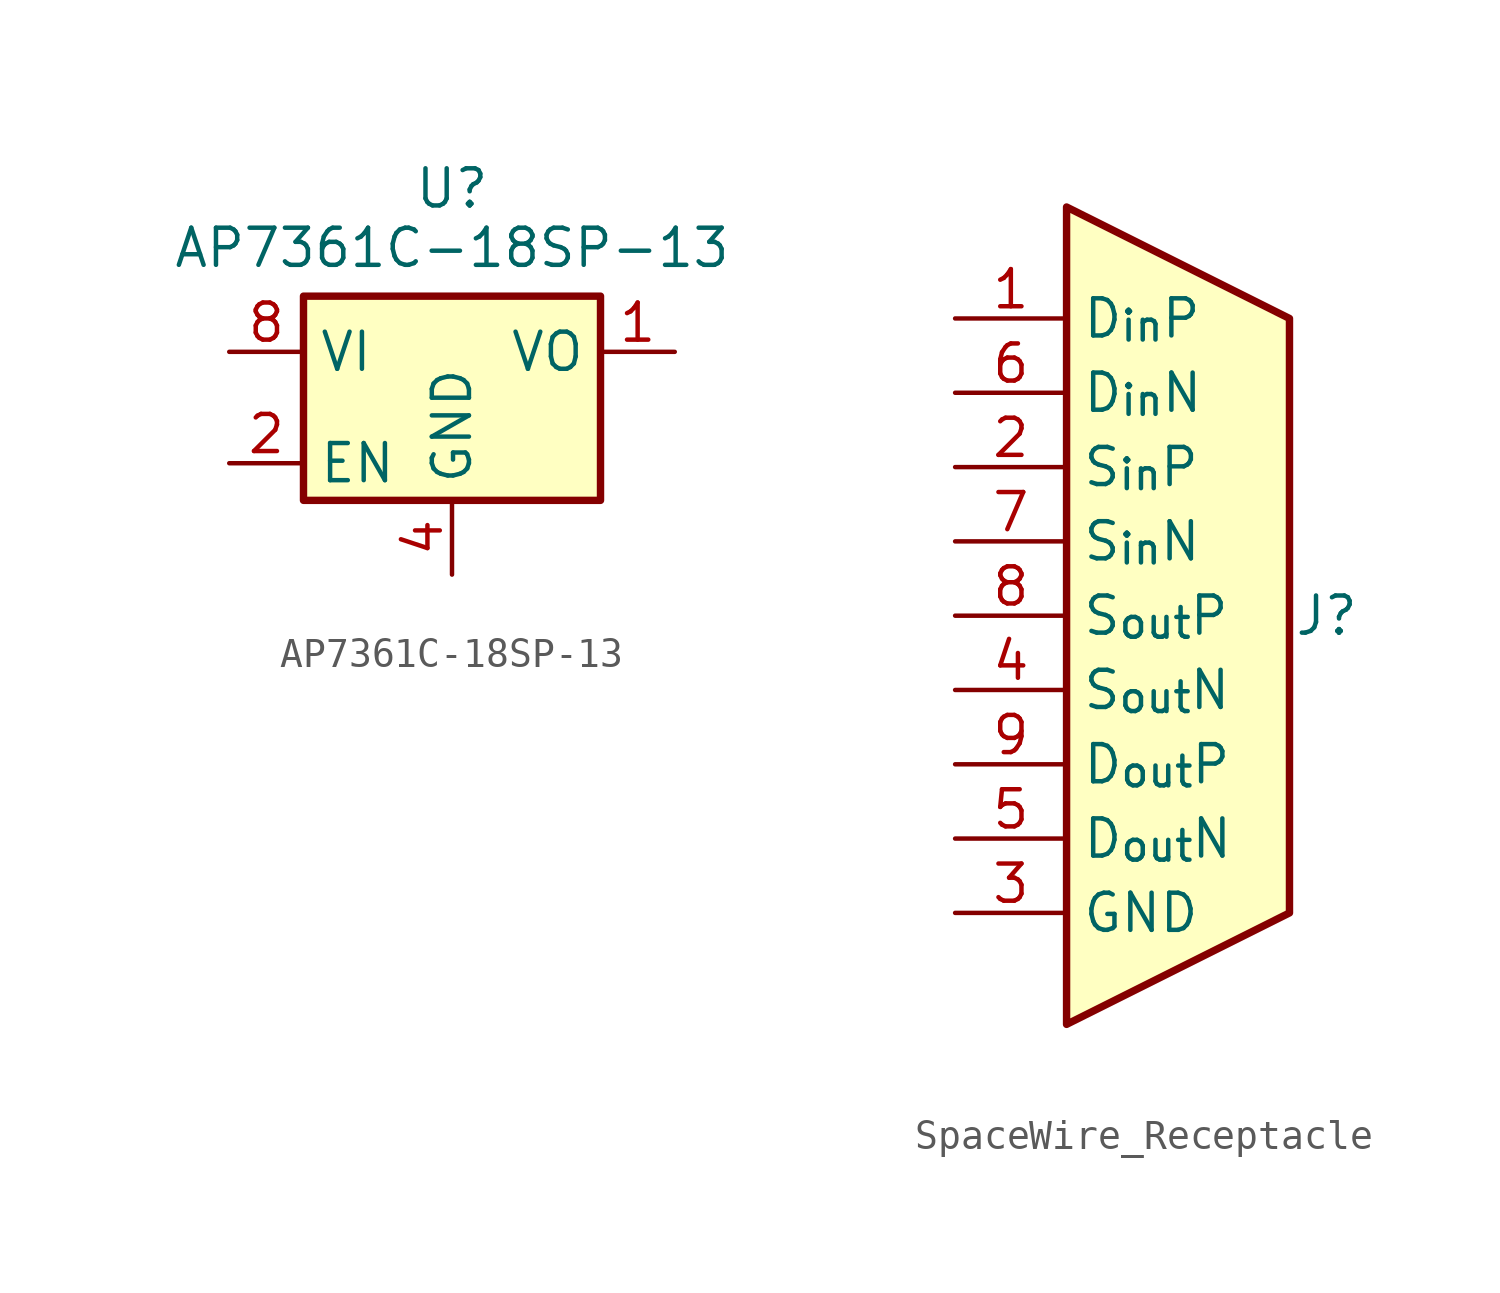
<source format=kicad_sym>
(kicad_symbol_lib
  (version 20231120)
  (generator "kicad_symbol_editor")
  (generator_version "8.0")
  (symbol "AP7361C-18SP-13"
    (property "Reference" "U"
      (at 0 3.048 0)
      (effects (font (size 1.27 1.27))))
    (property "Value" "AP7361C-18SP-13"
      (at 0 1.016 0)
      (effects (font (size 1.27 1.27))))
    (symbol "AP7361C-18SP-13_0_1"
      (rectangle (start -5.08 -0.635) (end 5.08 -7.62) (stroke (width 0.254) (type default)) (fill (type background))))
    (symbol "AP7361C-18SP-13_1_1"
      (pin power_out line (at 7.62 -2.54 180) (length 2.54) (name "VO" (effects (font (size 1.27 1.27)))) (number "1" (effects (font (size 1.27 1.27)))))
      (pin input line (at -7.62 -6.35 0) (length 2.54) (name "EN" (effects (font (size 1.27 1.27)))) (number "2" (effects (font (size 1.27 1.27)))))
      (pin power_in line (at 0 -10.16 90) (length 2.54) (name "GND" (effects (font (size 1.27 1.27)))) (number "4" (effects (font (size 1.27 1.27)))))
      (pin power_in line (at -7.62 -2.54 0) (length 2.54) (name "VI" (effects (font (size 1.27 1.27)))) (number "8" (effects (font (size 1.27 1.27)))))))
  (symbol "SpaceWire_Receptacle"
    (property "Reference" "J"
      (at 5.08 0 0)
      (effects (font (size 1.27 1.27))))
    (property "Value" ""
      (at -1.27 13.97 0)
      (effects (font (size 1.27 1.27))))
    (symbol "SpaceWire_Receptacle_0_1"
      (polyline (pts (xy -3.81 13.97) (xy -3.81 -13.97) (xy 3.81 -10.16) (xy 3.81 10.16) (xy -3.81 13.97)) (stroke (width 0.254) (type default)) (fill (type background))))
    (symbol "SpaceWire_Receptacle_1_1"
      (pin input line (at -7.62 10.16 0) (length 3.81) (name "D_{in}P" (effects (font (size 1.27 1.27)))) (number "1" (effects (font (size 1.27 1.27)))))
      (pin input line (at -7.62 5.08 0) (length 3.81) (name "S_{in}P" (effects (font (size 1.27 1.27)))) (number "2" (effects (font (size 1.27 1.27)))))
      (pin passive line (at -7.62 -10.16 0) (length 3.81) (name "GND" (effects (font (size 1.27 1.27)))) (number "3" (effects (font (size 1.27 1.27)))))
      (pin output line (at -7.62 -2.54 0) (length 3.81) (name "S_{out}N" (effects (font (size 1.27 1.27)))) (number "4" (effects (font (size 1.27 1.27)))))
      (pin output line (at -7.62 -7.62 0) (length 3.81) (name "D_{out}N" (effects (font (size 1.27 1.27)))) (number "5" (effects (font (size 1.27 1.27)))))
      (pin input line (at -7.62 7.62 0) (length 3.81) (name "D_{in}N" (effects (font (size 1.27 1.27)))) (number "6" (effects (font (size 1.27 1.27)))))
      (pin input line (at -7.62 2.54 0) (length 3.81) (name "S_{in}N" (effects (font (size 1.27 1.27)))) (number "7" (effects (font (size 1.27 1.27)))))
      (pin output line (at -7.62 0 0) (length 3.81) (name "S_{out}P" (effects (font (size 1.27 1.27)))) (number "8" (effects (font (size 1.27 1.27)))))
      (pin output line (at -7.62 -5.08 0) (length 3.81) (name "D_{out}P" (effects (font (size 1.27 1.27)))) (number "9" (effects (font (size 1.27 1.27))))))))
</source>
